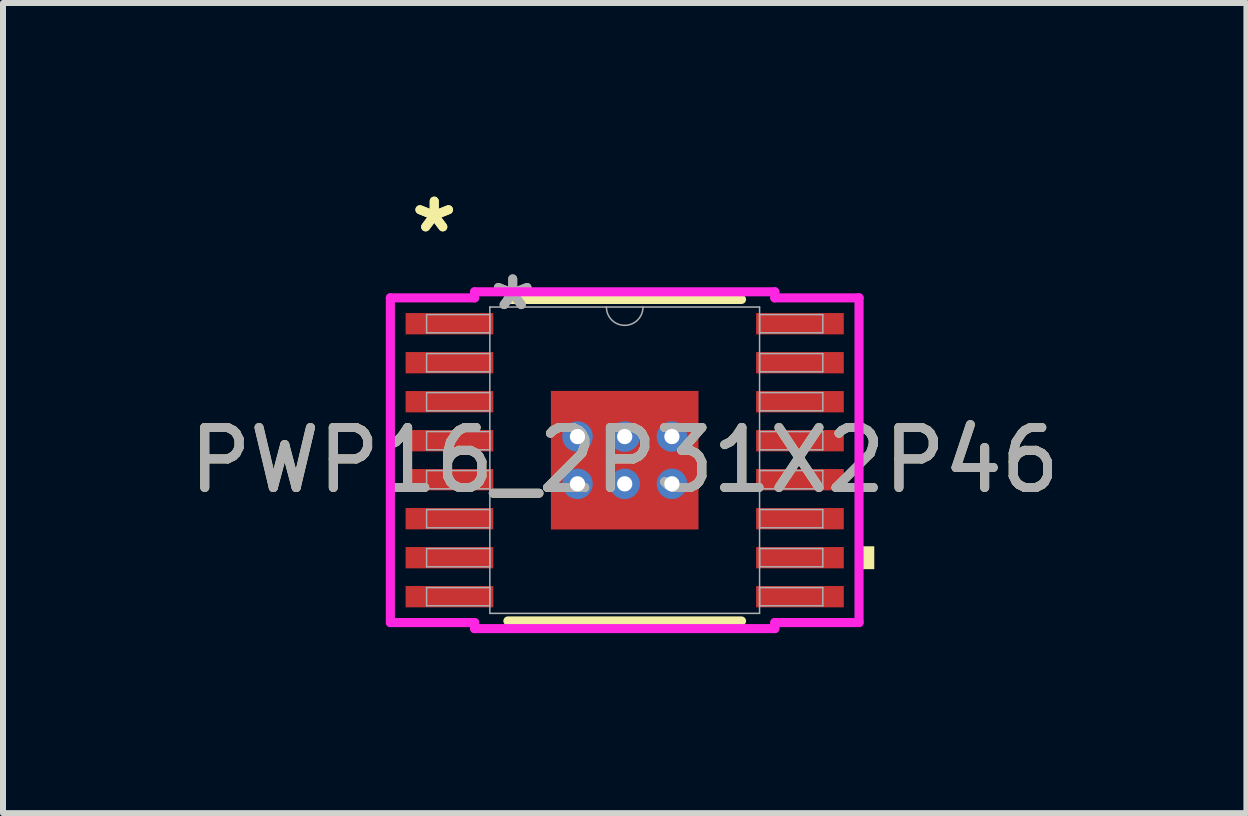
<source format=kicad_pcb>
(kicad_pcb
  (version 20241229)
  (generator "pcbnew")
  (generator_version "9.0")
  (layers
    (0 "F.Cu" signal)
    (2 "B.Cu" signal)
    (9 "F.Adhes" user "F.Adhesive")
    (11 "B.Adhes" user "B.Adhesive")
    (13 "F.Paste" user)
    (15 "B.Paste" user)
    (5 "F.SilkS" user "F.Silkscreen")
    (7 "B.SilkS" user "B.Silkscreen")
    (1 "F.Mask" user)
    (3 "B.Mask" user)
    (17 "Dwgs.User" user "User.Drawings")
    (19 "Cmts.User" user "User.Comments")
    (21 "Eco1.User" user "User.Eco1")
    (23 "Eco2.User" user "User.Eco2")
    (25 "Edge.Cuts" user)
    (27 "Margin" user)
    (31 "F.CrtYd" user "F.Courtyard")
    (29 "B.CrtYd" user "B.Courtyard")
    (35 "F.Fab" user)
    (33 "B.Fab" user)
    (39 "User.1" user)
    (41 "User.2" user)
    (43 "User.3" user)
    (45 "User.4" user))
  (footprint "PWP16_2P31X2P46"
    (layer "F.Cu")
    (at 7.363 4.621)
    (property "Reference" "PWP16_2P31X2P46" (at 0 0 0) (unlocked yes) (layer "F.SilkS") (effects (font (size 1 1) (thickness 0.15))))
    (attr smd)
    (fp_poly (pts (xy -1.294 -1.218) (xy -0.987 -1.218) (xy -0.987 1.218) (xy -1.294 1.218)) (stroke (width 0) (type solid)) (fill yes) (layer "F.Mask"))
    (fp_poly (pts (xy -1.294 -1.218) (xy 1.294 -1.218) (xy 1.294 -0.594) (xy -1.294 -0.594)) (stroke (width 0) (type solid)) (fill yes) (layer "F.Mask"))
    (fp_poly (pts (xy -1.294 -0.194) (xy 1.294 -0.194) (xy 1.294 0.194) (xy -1.294 0.194)) (stroke (width 0) (type solid)) (fill yes) (layer "F.Mask"))
    (fp_poly (pts (xy -1.294 0.594) (xy 1.294 0.594) (xy 1.294 1.218) (xy -1.294 1.218)) (stroke (width 0) (type solid)) (fill yes) (layer "F.Mask"))
    (fp_poly (pts (xy -0.2 -1.218) (xy -0.587 -1.218) (xy -0.587 1.218) (xy -0.2 1.218)) (stroke (width 0) (type solid)) (fill yes) (layer "F.Mask"))
    (fp_poly (pts (xy 0.587 -1.218) (xy 0.2 -1.218) (xy 0.2 1.218) (xy 0.587 1.218)) (stroke (width 0) (type solid)) (fill yes) (layer "F.Mask"))
    (fp_poly (pts (xy 0.987 -1.218) (xy 1.294 -1.218) (xy 1.294 1.218) (xy 0.987 1.218)) (stroke (width 0) (type solid)) (fill yes) (layer "F.Mask"))
    (fp_line (start -1.947 2.68) (end 1.947 2.68) (stroke (width 0.152) (type solid)) (layer "F.SilkS"))
    (fp_line (start 1.947 -2.68) (end -1.947 -2.68) (stroke (width 0.152) (type solid)) (layer "F.SilkS"))
    (fp_poly (pts (xy 4.16 1.435) (xy 4.16 1.816) (xy 3.906 1.816) (xy 3.906 1.435)) (stroke (width 0) (type solid)) (fill yes) (layer "F.SilkS"))
    (fp_poly (pts (xy -1.155 -1.08) (xy -1.155 -0.494) (xy -1.029 -0.494) (xy -0.887 -0.635) (xy -0.887 -1.08)) (stroke (width 0) (type solid)) (fill yes) (layer "F.Paste"))
    (fp_poly (pts (xy -1.155 0.494) (xy -1.155 1.08) (xy -0.887 1.08) (xy -0.887 0.635) (xy -1.029 0.494)) (stroke (width 0) (type solid)) (fill yes) (layer "F.Paste"))
    (fp_poly (pts (xy 0.887 -1.08) (xy 0.887 -0.635) (xy 1.029 -0.494) (xy 1.155 -0.494) (xy 1.155 -1.08)) (stroke (width 0) (type solid)) (fill yes) (layer "F.Paste"))
    (fp_poly (pts (xy 1.029 0.494) (xy 0.887 0.635) (xy 0.887 1.08) (xy 1.155 1.08) (xy 1.155 0.494)) (stroke (width 0) (type solid)) (fill yes) (layer "F.Paste"))
    (fp_poly (pts (xy -1.155 -0.294) (xy -1.155 0.294) (xy -1.029 0.294) (xy -0.887 0.152) (xy -0.887 -0.152) (xy -1.029 -0.294)) (stroke (width 0) (type solid)) (fill yes) (layer "F.Paste"))
    (fp_poly (pts (xy -0.687 -1.08) (xy -0.687 -0.635) (xy -0.546 -0.494) (xy -0.241 -0.494) (xy -0.1 -0.635) (xy -0.1 -1.08)) (stroke (width 0) (type solid)) (fill yes) (layer "F.Paste"))
    (fp_poly (pts (xy -0.546 0.494) (xy -0.687 0.635) (xy -0.687 1.08) (xy -0.1 1.08) (xy -0.1 0.635) (xy -0.241 0.494)) (stroke (width 0) (type solid)) (fill yes) (layer "F.Paste"))
    (fp_poly (pts (xy 0.1 -1.08) (xy 0.1 -0.635) (xy 0.241 -0.494) (xy 0.546 -0.494) (xy 0.687 -0.635) (xy 0.687 -1.08)) (stroke (width 0) (type solid)) (fill yes) (layer "F.Paste"))
    (fp_poly (pts (xy 0.241 0.494) (xy 0.1 0.635) (xy 0.1 1.08) (xy 0.687 1.08) (xy 0.687 0.635) (xy 0.546 0.494)) (stroke (width 0) (type solid)) (fill yes) (layer "F.Paste"))
    (fp_poly (pts (xy 1.029 -0.294) (xy 0.887 -0.152) (xy 0.887 0.152) (xy 1.029 0.294) (xy 1.155 0.294) (xy 1.155 -0.294)) (stroke (width 0) (type solid)) (fill yes) (layer "F.Paste"))
    (fp_poly (pts (xy -0.546 -0.294) (xy -0.687 -0.152) (xy -0.687 0.152) (xy -0.546 0.294) (xy -0.241 0.294) (xy -0.1 0.152) (xy -0.1 -0.152) (xy -0.241 -0.294)) (stroke (width 0) (type solid)) (fill yes) (layer "F.Paste"))
    (fp_poly (pts (xy 0.241 -0.294) (xy 0.1 -0.152) (xy 0.1 0.152) (xy 0.241 0.294) (xy 0.546 0.294) (xy 0.687 0.152) (xy 0.687 -0.152) (xy 0.546 -0.294)) (stroke (width 0) (type solid)) (fill yes) (layer "F.Paste"))
    (fp_line (start -3.906 -2.706) (end -2.502 -2.706) (stroke (width 0.152) (type solid)) (layer "F.CrtYd"))
    (fp_line (start -3.906 2.706) (end -3.906 -2.706) (stroke (width 0.152) (type solid)) (layer "F.CrtYd"))
    (fp_line (start -3.906 2.706) (end -2.502 2.706) (stroke (width 0.152) (type solid)) (layer "F.CrtYd"))
    (fp_line (start -2.502 -2.807) (end 2.502 -2.807) (stroke (width 0.152) (type solid)) (layer "F.CrtYd"))
    (fp_line (start -2.502 -2.706) (end -2.502 -2.807) (stroke (width 0.152) (type solid)) (layer "F.CrtYd"))
    (fp_line (start -2.502 2.807) (end -2.502 2.706) (stroke (width 0.152) (type solid)) (layer "F.CrtYd"))
    (fp_line (start 2.502 -2.807) (end 2.502 -2.706) (stroke (width 0.152) (type solid)) (layer "F.CrtYd"))
    (fp_line (start 2.502 2.706) (end 2.502 2.807) (stroke (width 0.152) (type solid)) (layer "F.CrtYd"))
    (fp_line (start 2.502 2.807) (end -2.502 2.807) (stroke (width 0.152) (type solid)) (layer "F.CrtYd"))
    (fp_line (start 3.906 -2.706) (end 2.502 -2.706) (stroke (width 0.152) (type solid)) (layer "F.CrtYd"))
    (fp_line (start 3.906 -2.706) (end 3.906 2.706) (stroke (width 0.152) (type solid)) (layer "F.CrtYd"))
    (fp_line (start 3.906 2.706) (end 2.502 2.706) (stroke (width 0.152) (type solid)) (layer "F.CrtYd"))
    (fp_line (start -3.302 -2.427) (end -3.302 -2.123) (stroke (width 0.025) (type solid)) (layer "F.Fab"))
    (fp_line (start -3.302 -2.123) (end -2.248 -2.123) (stroke (width 0.025) (type solid)) (layer "F.Fab"))
    (fp_line (start -3.302 -1.777) (end -3.302 -1.473) (stroke (width 0.025) (type solid)) (layer "F.Fab"))
    (fp_line (start -3.302 -1.473) (end -2.248 -1.473) (stroke (width 0.025) (type solid)) (layer "F.Fab"))
    (fp_line (start -3.302 -1.127) (end -3.302 -0.823) (stroke (width 0.025) (type solid)) (layer "F.Fab"))
    (fp_line (start -3.302 -0.823) (end -2.248 -0.823) (stroke (width 0.025) (type solid)) (layer "F.Fab"))
    (fp_line (start -3.302 -0.477) (end -3.302 -0.173) (stroke (width 0.025) (type solid)) (layer "F.Fab"))
    (fp_line (start -3.302 -0.173) (end -2.248 -0.173) (stroke (width 0.025) (type solid)) (layer "F.Fab"))
    (fp_line (start -3.302 0.173) (end -3.302 0.477) (stroke (width 0.025) (type solid)) (layer "F.Fab"))
    (fp_line (start -3.302 0.477) (end -2.248 0.477) (stroke (width 0.025) (type solid)) (layer "F.Fab"))
    (fp_line (start -3.302 0.823) (end -3.302 1.127) (stroke (width 0.025) (type solid)) (layer "F.Fab"))
    (fp_line (start -3.302 1.127) (end -2.248 1.127) (stroke (width 0.025) (type solid)) (layer "F.Fab"))
    (fp_line (start -3.302 1.473) (end -3.302 1.777) (stroke (width 0.025) (type solid)) (layer "F.Fab"))
    (fp_line (start -3.302 1.777) (end -2.248 1.777) (stroke (width 0.025) (type solid)) (layer "F.Fab"))
    (fp_line (start -3.302 2.123) (end -3.302 2.427) (stroke (width 0.025) (type solid)) (layer "F.Fab"))
    (fp_line (start -3.302 2.427) (end -2.248 2.427) (stroke (width 0.025) (type solid)) (layer "F.Fab"))
    (fp_line (start -2.248 -2.553) (end -2.248 2.553) (stroke (width 0.025) (type solid)) (layer "F.Fab"))
    (fp_line (start -2.248 -2.427) (end -3.302 -2.427) (stroke (width 0.025) (type solid)) (layer "F.Fab"))
    (fp_line (start -2.248 -2.123) (end -2.248 -2.427) (stroke (width 0.025) (type solid)) (layer "F.Fab"))
    (fp_line (start -2.248 -1.777) (end -3.302 -1.777) (stroke (width 0.025) (type solid)) (layer "F.Fab"))
    (fp_line (start -2.248 -1.473) (end -2.248 -1.777) (stroke (width 0.025) (type solid)) (layer "F.Fab"))
    (fp_line (start -2.248 -1.127) (end -3.302 -1.127) (stroke (width 0.025) (type solid)) (layer "F.Fab"))
    (fp_line (start -2.248 -0.823) (end -2.248 -1.127) (stroke (width 0.025) (type solid)) (layer "F.Fab"))
    (fp_line (start -2.248 -0.477) (end -3.302 -0.477) (stroke (width 0.025) (type solid)) (layer "F.Fab"))
    (fp_line (start -2.248 -0.173) (end -2.248 -0.477) (stroke (width 0.025) (type solid)) (layer "F.Fab"))
    (fp_line (start -2.248 0.173) (end -3.302 0.173) (stroke (width 0.025) (type solid)) (layer "F.Fab"))
    (fp_line (start -2.248 0.477) (end -2.248 0.173) (stroke (width 0.025) (type solid)) (layer "F.Fab"))
    (fp_line (start -2.248 0.823) (end -3.302 0.823) (stroke (width 0.025) (type solid)) (layer "F.Fab"))
    (fp_line (start -2.248 1.127) (end -2.248 0.823) (stroke (width 0.025) (type solid)) (layer "F.Fab"))
    (fp_line (start -2.248 1.473) (end -3.302 1.473) (stroke (width 0.025) (type solid)) (layer "F.Fab"))
    (fp_line (start -2.248 1.777) (end -2.248 1.473) (stroke (width 0.025) (type solid)) (layer "F.Fab"))
    (fp_line (start -2.248 2.123) (end -3.302 2.123) (stroke (width 0.025) (type solid)) (layer "F.Fab"))
    (fp_line (start -2.248 2.427) (end -2.248 2.123) (stroke (width 0.025) (type solid)) (layer "F.Fab"))
    (fp_line (start -2.248 2.553) (end 2.248 2.553) (stroke (width 0.025) (type solid)) (layer "F.Fab"))
    (fp_line (start 2.248 -2.553) (end -2.248 -2.553) (stroke (width 0.025) (type solid)) (layer "F.Fab"))
    (fp_line (start 2.248 -2.427) (end 2.248 -2.123) (stroke (width 0.025) (type solid)) (layer "F.Fab"))
    (fp_line (start 2.248 -2.123) (end 3.302 -2.123) (stroke (width 0.025) (type solid)) (layer "F.Fab"))
    (fp_line (start 2.248 -1.777) (end 2.248 -1.473) (stroke (width 0.025) (type solid)) (layer "F.Fab"))
    (fp_line (start 2.248 -1.473) (end 3.302 -1.473) (stroke (width 0.025) (type solid)) (layer "F.Fab"))
    (fp_line (start 2.248 -1.127) (end 2.248 -0.823) (stroke (width 0.025) (type solid)) (layer "F.Fab"))
    (fp_line (start 2.248 -0.823) (end 3.302 -0.823) (stroke (width 0.025) (type solid)) (layer "F.Fab"))
    (fp_line (start 2.248 -0.477) (end 2.248 -0.173) (stroke (width 0.025) (type solid)) (layer "F.Fab"))
    (fp_line (start 2.248 -0.173) (end 3.302 -0.173) (stroke (width 0.025) (type solid)) (layer "F.Fab"))
    (fp_line (start 2.248 0.173) (end 2.248 0.477) (stroke (width 0.025) (type solid)) (layer "F.Fab"))
    (fp_line (start 2.248 0.477) (end 3.302 0.477) (stroke (width 0.025) (type solid)) (layer "F.Fab"))
    (fp_line (start 2.248 0.823) (end 2.248 1.127) (stroke (width 0.025) (type solid)) (layer "F.Fab"))
    (fp_line (start 2.248 1.127) (end 3.302 1.127) (stroke (width 0.025) (type solid)) (layer "F.Fab"))
    (fp_line (start 2.248 1.473) (end 2.248 1.777) (stroke (width 0.025) (type solid)) (layer "F.Fab"))
    (fp_line (start 2.248 1.777) (end 3.302 1.777) (stroke (width 0.025) (type solid)) (layer "F.Fab"))
    (fp_line (start 2.248 2.123) (end 2.248 2.427) (stroke (width 0.025) (type solid)) (layer "F.Fab"))
    (fp_line (start 2.248 2.427) (end 3.302 2.427) (stroke (width 0.025) (type solid)) (layer "F.Fab"))
    (fp_line (start 2.248 2.553) (end 2.248 -2.553) (stroke (width 0.025) (type solid)) (layer "F.Fab"))
    (fp_line (start 3.302 -2.427) (end 2.248 -2.427) (stroke (width 0.025) (type solid)) (layer "F.Fab"))
    (fp_line (start 3.302 -2.123) (end 3.302 -2.427) (stroke (width 0.025) (type solid)) (layer "F.Fab"))
    (fp_line (start 3.302 -1.777) (end 2.248 -1.777) (stroke (width 0.025) (type solid)) (layer "F.Fab"))
    (fp_line (start 3.302 -1.473) (end 3.302 -1.777) (stroke (width 0.025) (type solid)) (layer "F.Fab"))
    (fp_line (start 3.302 -1.127) (end 2.248 -1.127) (stroke (width 0.025) (type solid)) (layer "F.Fab"))
    (fp_line (start 3.302 -0.823) (end 3.302 -1.127) (stroke (width 0.025) (type solid)) (layer "F.Fab"))
    (fp_line (start 3.302 -0.477) (end 2.248 -0.477) (stroke (width 0.025) (type solid)) (layer "F.Fab"))
    (fp_line (start 3.302 -0.173) (end 3.302 -0.477) (stroke (width 0.025) (type solid)) (layer "F.Fab"))
    (fp_line (start 3.302 0.173) (end 2.248 0.173) (stroke (width 0.025) (type solid)) (layer "F.Fab"))
    (fp_line (start 3.302 0.477) (end 3.302 0.173) (stroke (width 0.025) (type solid)) (layer "F.Fab"))
    (fp_line (start 3.302 0.823) (end 2.248 0.823) (stroke (width 0.025) (type solid)) (layer "F.Fab"))
    (fp_line (start 3.302 1.127) (end 3.302 0.823) (stroke (width 0.025) (type solid)) (layer "F.Fab"))
    (fp_line (start 3.302 1.473) (end 2.248 1.473) (stroke (width 0.025) (type solid)) (layer "F.Fab"))
    (fp_line (start 3.302 1.777) (end 3.302 1.473) (stroke (width 0.025) (type solid)) (layer "F.Fab"))
    (fp_line (start 3.302 2.123) (end 2.248 2.123) (stroke (width 0.025) (type solid)) (layer "F.Fab"))
    (fp_line (start 3.302 2.427) (end 3.302 2.123) (stroke (width 0.025) (type solid)) (layer "F.Fab"))
    (fp_arc (start 0.3048 -2.5527) (mid 0 -2.2479) (end -0.3048 -2.5527) (stroke (width 0.0254) (type solid)) (layer "F.Fab"))
    (fp_text user "*" (at -3.175 -3.773 0) (layer "F.SilkS") (effects (font (size 1 1) (thickness 0.15))))
    (fp_text user "*" (at -3.175 -3.773 0) (unlocked yes) (layer "F.SilkS") (effects (font (size 1 1) (thickness 0.15))))
    (fp_text user "${REFERENCE}" (at 0 0 0) (unlocked yes) (layer "F.Fab") (effects (font (size 1 1) (thickness 0.15))))
    (fp_text user "*" (at -1.867 -2.477 0) (unlocked yes) (layer "F.Fab") (effects (font (size 1 1) (thickness 0.15))))
    (fp_text user "*" (at -1.867 -2.477 0) (layer "F.Fab") (effects (font (size 1 1) (thickness 0.15))))
    (pad "1" smd rect (at -2.921 -2.275) (size 1.462 0.355) (layers "F.Cu" "F.Mask" "F.Paste"))
    (pad "2" smd rect (at -2.921 -1.625) (size 1.462 0.355) (layers "F.Cu" "F.Mask" "F.Paste"))
    (pad "3" smd rect (at -2.921 -0.975) (size 1.462 0.355) (layers "F.Cu" "F.Mask" "F.Paste"))
    (pad "4" smd rect (at -2.921 -0.325) (size 1.462 0.355) (layers "F.Cu" "F.Mask" "F.Paste"))
    (pad "5" smd rect (at -2.921 0.325) (size 1.462 0.355) (layers "F.Cu" "F.Mask" "F.Paste"))
    (pad "6" smd rect (at -2.921 0.975) (size 1.462 0.355) (layers "F.Cu" "F.Mask" "F.Paste"))
    (pad "7" smd rect (at -2.921 1.625) (size 1.462 0.355) (layers "F.Cu" "F.Mask" "F.Paste"))
    (pad "8" smd rect (at -2.921 2.275) (size 1.462 0.355) (layers "F.Cu" "F.Mask" "F.Paste"))
    (pad "9" smd rect (at 2.921 2.275) (size 1.462 0.355) (layers "F.Cu" "F.Mask" "F.Paste"))
    (pad "10" smd rect (at 2.921 1.625) (size 1.462 0.355) (layers "F.Cu" "F.Mask" "F.Paste"))
    (pad "11" smd rect (at 2.921 0.975) (size 1.462 0.355) (layers "F.Cu" "F.Mask" "F.Paste"))
    (pad "12" smd rect (at 2.921 0.325) (size 1.462 0.355) (layers "F.Cu" "F.Mask" "F.Paste"))
    (pad "13" smd rect (at 2.921 -0.325) (size 1.462 0.355) (layers "F.Cu" "F.Mask" "F.Paste"))
    (pad "14" smd rect (at 2.921 -0.975) (size 1.462 0.355) (layers "F.Cu" "F.Mask" "F.Paste"))
    (pad "15" smd rect (at 2.921 -1.625) (size 1.462 0.355) (layers "F.Cu" "F.Mask" "F.Paste"))
    (pad "16" smd rect (at 2.921 -2.275) (size 1.462 0.355) (layers "F.Cu" "F.Mask" "F.Paste"))
    (pad "17" smd rect (at 0 0) (size 2.46 2.31) (layers "F.Cu"))
    (pad "V" thru_hole circle (at -0.787 -0.394) (size 0.508 0.508) (drill 0.254) (layers "*.Cu" "*.Mask"))
    (pad "V" thru_hole circle (at -0.787 0.394) (size 0.508 0.508) (drill 0.254) (layers "*.Cu" "*.Mask"))
    (pad "V" thru_hole circle (at 0 -0.394) (size 0.508 0.508) (drill 0.254) (layers "*.Cu" "*.Mask"))
    (pad "V" thru_hole circle (at 0 0.394) (size 0.508 0.508) (drill 0.254) (layers "*.Cu" "*.Mask"))
    (pad "V" thru_hole circle (at 0.787 -0.394) (size 0.508 0.508) (drill 0.254) (layers "*.Cu" "*.Mask"))
    (pad "V" thru_hole circle (at 0.787 0.394) (size 0.508 0.508) (drill 0.254) (layers "*.Cu" "*.Mask")))
  (gr_rect
    (start -3 -3)
    (end 17.726 10.504)
    (stroke (width 0.1) (type default))
    (fill no)
    (layer "Edge.Cuts")))
</source>
